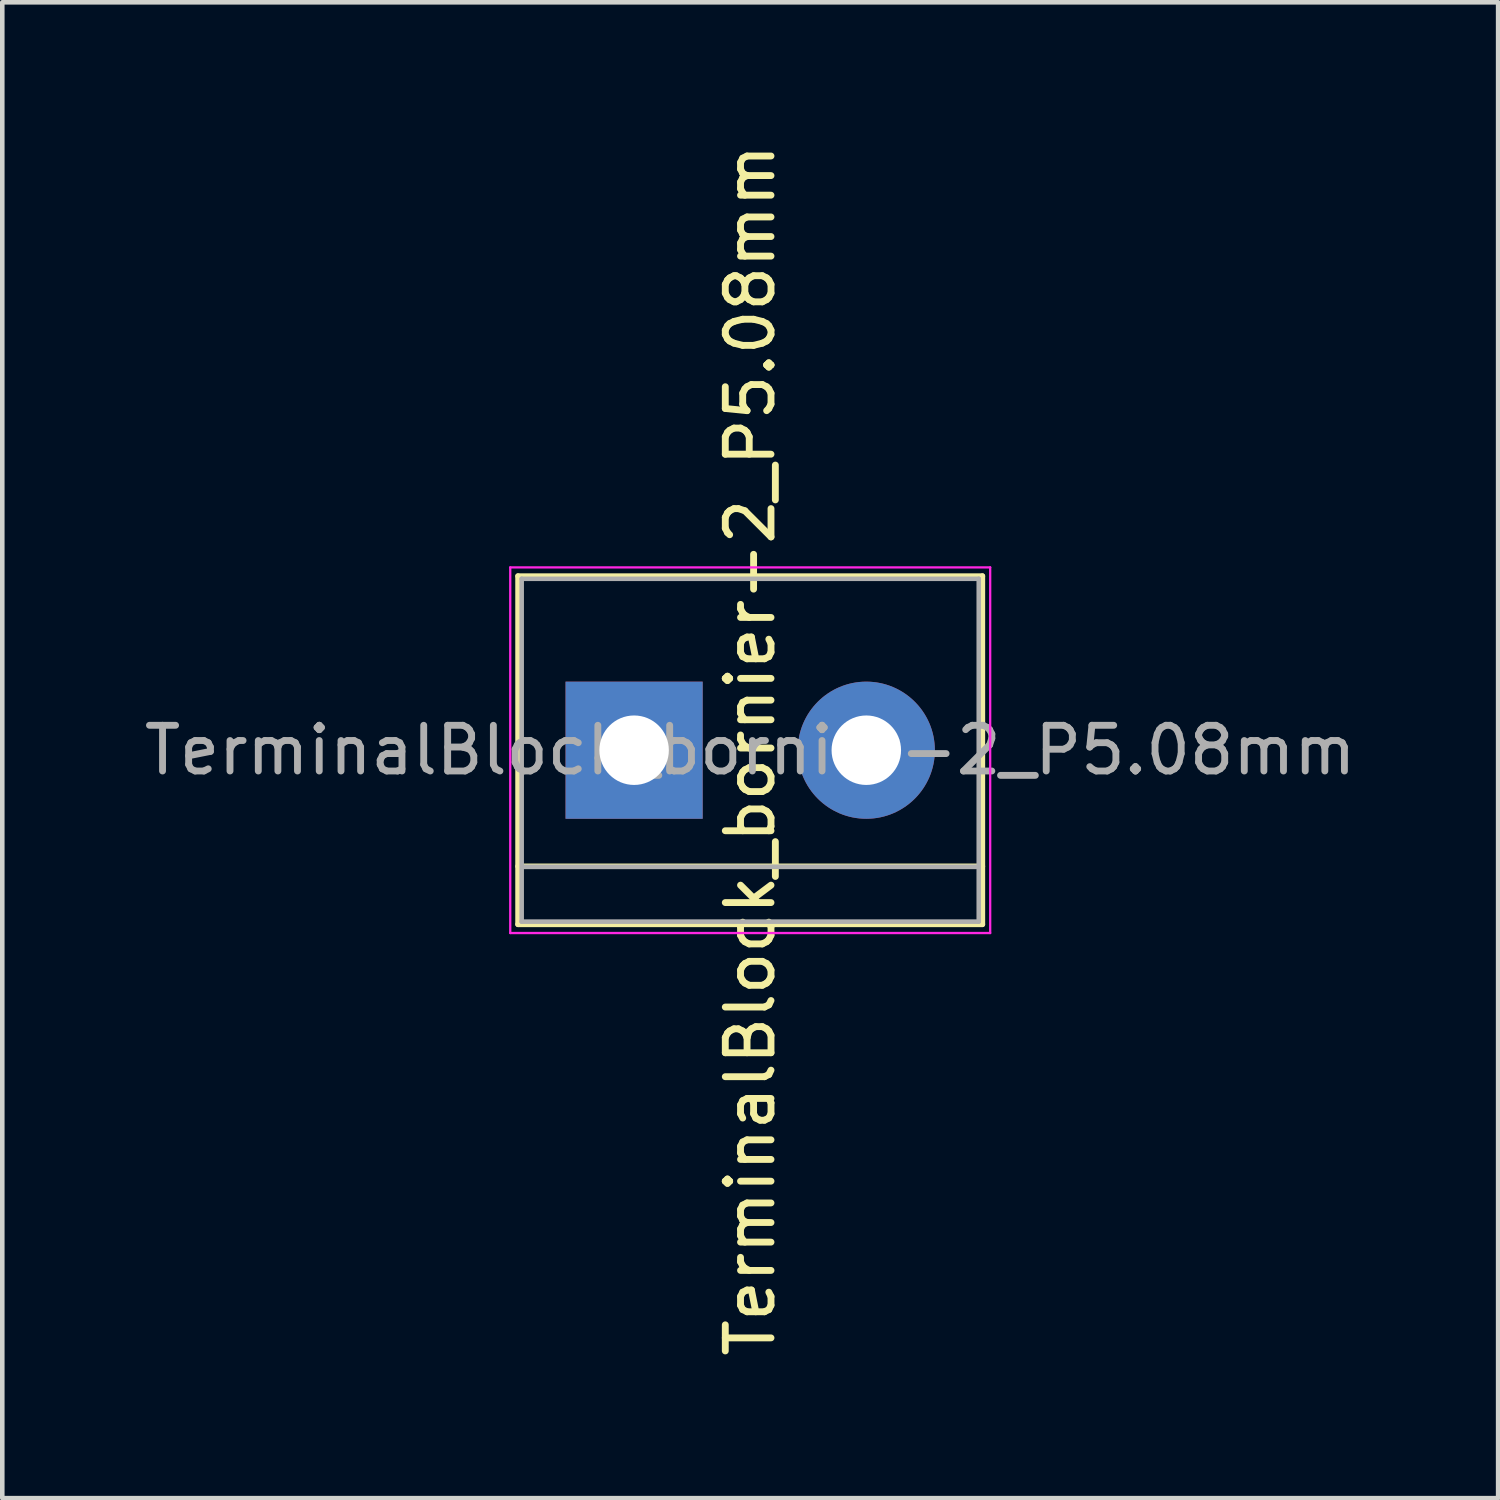
<source format=kicad_pcb>
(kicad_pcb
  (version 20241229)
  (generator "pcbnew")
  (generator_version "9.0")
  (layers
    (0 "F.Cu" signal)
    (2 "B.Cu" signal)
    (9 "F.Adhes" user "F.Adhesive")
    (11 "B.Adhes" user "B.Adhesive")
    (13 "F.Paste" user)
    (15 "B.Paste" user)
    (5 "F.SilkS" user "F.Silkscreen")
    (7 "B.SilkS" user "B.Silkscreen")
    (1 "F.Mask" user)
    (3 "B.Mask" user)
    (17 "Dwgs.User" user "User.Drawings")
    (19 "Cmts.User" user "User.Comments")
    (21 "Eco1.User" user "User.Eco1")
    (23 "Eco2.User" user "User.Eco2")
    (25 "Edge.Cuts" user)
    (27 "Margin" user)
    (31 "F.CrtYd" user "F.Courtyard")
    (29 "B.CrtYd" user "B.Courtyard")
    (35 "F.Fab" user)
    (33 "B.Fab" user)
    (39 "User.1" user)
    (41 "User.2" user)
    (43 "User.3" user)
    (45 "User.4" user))
  (footprint "TerminalBlock_bornier-2_P5.08mm"
    (layer "F.Cu")
    (at 10.823 13.363)
    (property "Reference" "TerminalBlock_bornier-2_P5.08mm" (at 2.54 0 90) (layer "F.SilkS") (effects (font (size 1 1) (thickness 0.15))))
    (attr through_hole)
    (fp_line (start -2.54 -3.81) (end -2.54 3.81) (stroke (width 0.12) (type solid)) (layer "F.SilkS"))
    (fp_line (start -2.54 3.81) (end 7.62 3.81) (stroke (width 0.12) (type solid)) (layer "F.SilkS"))
    (fp_line (start 7.62 -3.81) (end -2.54 -3.81) (stroke (width 0.12) (type solid)) (layer "F.SilkS"))
    (fp_line (start 7.62 2.54) (end -2.54 2.54) (stroke (width 0.12) (type solid)) (layer "F.SilkS"))
    (fp_line (start 7.62 3.81) (end 7.62 -3.81) (stroke (width 0.12) (type solid)) (layer "F.SilkS"))
    (fp_line (start -2.71 -4) (end -2.71 4) (stroke (width 0.05) (type solid)) (layer "F.CrtYd"))
    (fp_line (start -2.71 -4) (end 7.79 -4) (stroke (width 0.05) (type solid)) (layer "F.CrtYd"))
    (fp_line (start 7.79 4) (end -2.71 4) (stroke (width 0.05) (type solid)) (layer "F.CrtYd"))
    (fp_line (start 7.79 4) (end 7.79 -4) (stroke (width 0.05) (type solid)) (layer "F.CrtYd"))
    (fp_line (start -2.46 -3.75) (end -2.46 3.75) (stroke (width 0.1) (type solid)) (layer "F.Fab"))
    (fp_line (start -2.46 3.75) (end 7.54 3.75) (stroke (width 0.1) (type solid)) (layer "F.Fab"))
    (fp_line (start -2.41 2.55) (end 7.49 2.55) (stroke (width 0.1) (type solid)) (layer "F.Fab"))
    (fp_line (start 7.54 -3.75) (end -2.46 -3.75) (stroke (width 0.1) (type solid)) (layer "F.Fab"))
    (fp_line (start 7.54 3.75) (end 7.54 -3.75) (stroke (width 0.1) (type solid)) (layer "F.Fab"))
    (fp_text user "${REFERENCE}" (at 2.54 0 0) (layer "F.Fab") (effects (font (size 1 1) (thickness 0.15))))
    (pad "1" thru_hole rect (at 0 0) (size 3 3) (drill 1.52) (layers "*.Cu" "*.Mask"))
    (pad "2" thru_hole circle (at 5.08 0) (size 3 3) (drill 1.52) (layers "*.Cu" "*.Mask")))
  (gr_rect
    (start -3 -3)
    (end 29.726 29.726)
    (stroke (width 0.1) (type default))
    (fill no)
    (layer "Edge.Cuts")))
</source>
